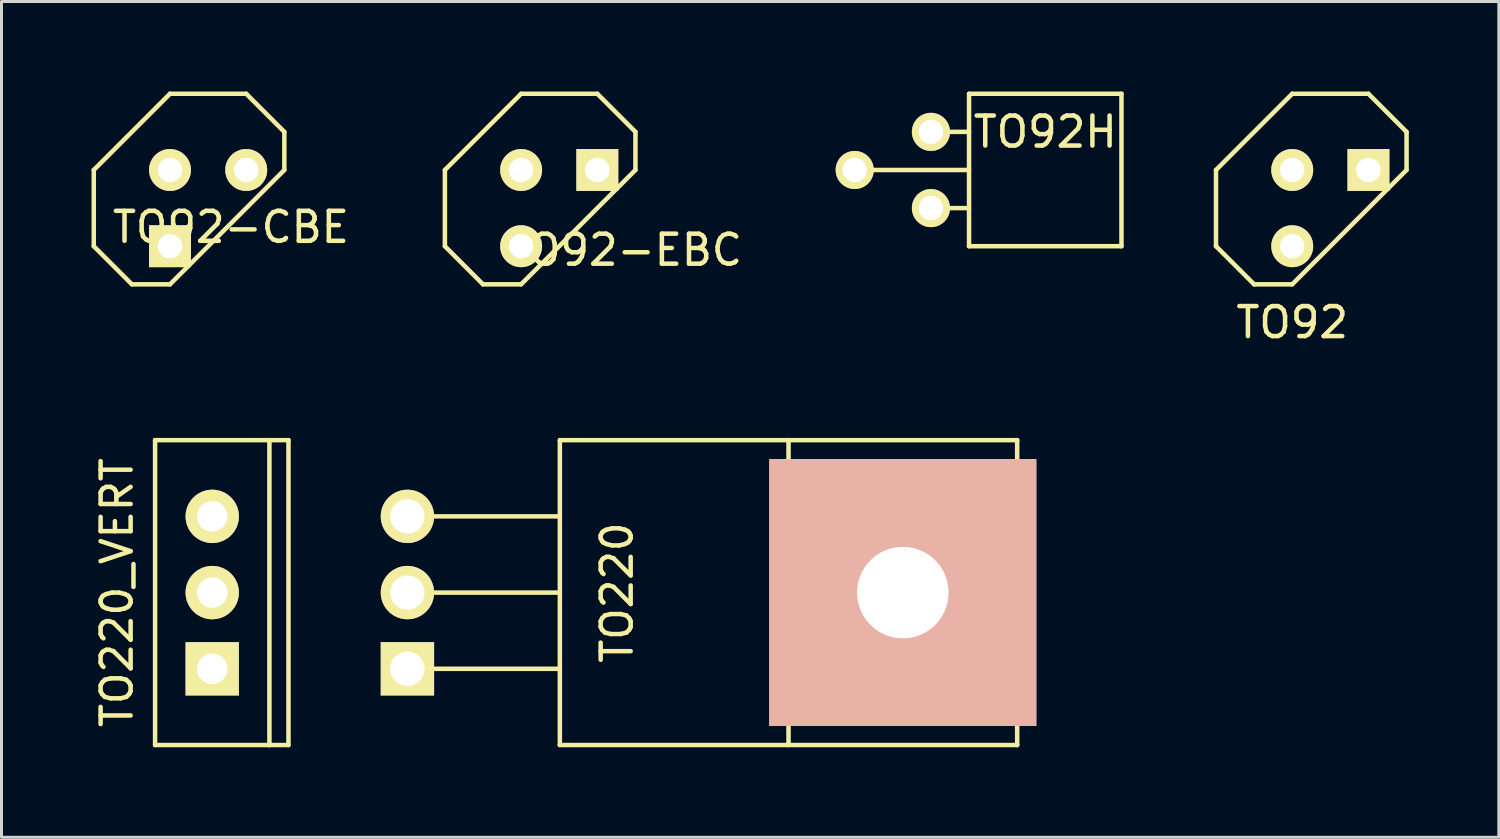
<source format=kicad_pcb>
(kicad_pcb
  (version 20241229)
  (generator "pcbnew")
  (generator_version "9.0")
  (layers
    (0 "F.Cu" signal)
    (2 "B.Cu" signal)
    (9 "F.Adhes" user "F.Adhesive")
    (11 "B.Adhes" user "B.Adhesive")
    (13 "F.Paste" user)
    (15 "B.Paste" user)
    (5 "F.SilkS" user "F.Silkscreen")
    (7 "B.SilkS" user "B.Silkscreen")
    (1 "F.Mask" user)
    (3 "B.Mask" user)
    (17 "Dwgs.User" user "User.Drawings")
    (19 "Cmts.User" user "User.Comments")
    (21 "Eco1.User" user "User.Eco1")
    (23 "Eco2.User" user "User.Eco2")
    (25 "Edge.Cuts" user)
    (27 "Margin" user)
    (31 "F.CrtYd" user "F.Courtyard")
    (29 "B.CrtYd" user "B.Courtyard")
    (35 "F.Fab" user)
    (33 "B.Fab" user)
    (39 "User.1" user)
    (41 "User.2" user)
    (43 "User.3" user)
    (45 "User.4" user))
  (footprint "TO220_VERT"
    (layer "F.Cu")
    (at 4.023 16.698)
    (property "Reference" "TO220_VERT" (at -3.175 0 90) (layer "F.SilkS") (effects (font (size 1 1) (thickness 0.15))))
    (attr through_hole)
    (fp_line (start -1.905 -5.08) (end 1.905 -5.08) (stroke (width 0.15) (type solid)) (layer "F.SilkS"))
    (fp_line (start -1.905 5.08) (end -1.905 -5.08) (stroke (width 0.15) (type solid)) (layer "F.SilkS"))
    (fp_line (start 1.905 -5.08) (end 1.905 5.08) (stroke (width 0.15) (type solid)) (layer "F.SilkS"))
    (fp_line (start 1.905 -5.08) (end 2.54 -5.08) (stroke (width 0.15) (type solid)) (layer "F.SilkS"))
    (fp_line (start 1.905 5.08) (end -1.905 5.08) (stroke (width 0.15) (type solid)) (layer "F.SilkS"))
    (fp_line (start 2.54 -5.08) (end 2.54 5.08) (stroke (width 0.15) (type solid)) (layer "F.SilkS"))
    (fp_line (start 2.54 5.08) (end 1.905 5.08) (stroke (width 0.15) (type solid)) (layer "F.SilkS"))
    (pad "1" thru_hole rect (at 0 2.54) (size 1.778 1.778) (drill 1.016) (layers "*.Cu" "*.Mask" "F.SilkS"))
    (pad "2" thru_hole circle (at 0 -2.54) (size 1.778 1.778) (drill 1.016) (layers "*.Cu" "*.Mask" "F.SilkS"))
    (pad "3" thru_hole circle (at 0 0) (size 1.778 1.778) (drill 1.016) (layers "*.Cu" "*.Mask" "F.SilkS")))
  (footprint "TO92-CBE"
    (layer "F.Cu")
    (at 3.885 3.885)
    (property "Reference" "TO92-CBE" (at 0.762 0.635 0) (layer "F.SilkS") (effects (font (size 1 1) (thickness 0.15))))
    (attr through_hole)
    (fp_line (start -3.81 -1.27) (end -3.81 1.27) (stroke (width 0.15) (type solid)) (layer "F.SilkS"))
    (fp_line (start -3.81 1.27) (end -2.54 2.54) (stroke (width 0.15) (type solid)) (layer "F.SilkS"))
    (fp_line (start -2.54 2.54) (end -1.27 2.54) (stroke (width 0.15) (type solid)) (layer "F.SilkS"))
    (fp_line (start -1.27 -3.81) (end -3.81 -1.27) (stroke (width 0.15) (type solid)) (layer "F.SilkS"))
    (fp_line (start -1.27 2.54) (end 2.54 -1.27) (stroke (width 0.15) (type solid)) (layer "F.SilkS"))
    (fp_line (start 1.27 -3.81) (end -1.27 -3.81) (stroke (width 0.15) (type solid)) (layer "F.SilkS"))
    (fp_line (start 2.54 -2.54) (end 1.27 -3.81) (stroke (width 0.15) (type solid)) (layer "F.SilkS"))
    (fp_line (start 2.54 -1.27) (end 2.54 -2.54) (stroke (width 0.15) (type solid)) (layer "F.SilkS"))
    (pad "B" thru_hole circle (at -1.27 -1.27) (size 1.397 1.397) (drill 0.813) (layers "*.Cu" "*.Mask" "F.SilkS"))
    (pad "C" thru_hole circle (at 1.27 -1.27) (size 1.397 1.397) (drill 0.813) (layers "*.Cu" "*.Mask" "F.SilkS"))
    (pad "E" thru_hole rect (at -1.27 1.27) (size 1.397 1.397) (drill 0.813) (layers "*.Cu" "*.Mask" "F.SilkS")))
  (footprint "TO92"
    (layer "F.Cu")
    (at 41.283 3.885)
    (property "Reference" "TO92" (at -1.27 3.81 0) (layer "F.SilkS") (effects (font (size 1 1) (thickness 0.15))))
    (attr through_hole)
    (fp_line (start -3.81 -1.27) (end -3.81 1.27) (stroke (width 0.15) (type solid)) (layer "F.SilkS"))
    (fp_line (start -3.81 1.27) (end -2.54 2.54) (stroke (width 0.15) (type solid)) (layer "F.SilkS"))
    (fp_line (start -2.54 2.54) (end -1.27 2.54) (stroke (width 0.15) (type solid)) (layer "F.SilkS"))
    (fp_line (start -1.27 -3.81) (end -3.81 -1.27) (stroke (width 0.15) (type solid)) (layer "F.SilkS"))
    (fp_line (start -1.27 2.54) (end 2.54 -1.27) (stroke (width 0.15) (type solid)) (layer "F.SilkS"))
    (fp_line (start 1.27 -3.81) (end -1.27 -3.81) (stroke (width 0.15) (type solid)) (layer "F.SilkS"))
    (fp_line (start 2.54 -2.54) (end 1.27 -3.81) (stroke (width 0.15) (type solid)) (layer "F.SilkS"))
    (fp_line (start 2.54 -1.27) (end 2.54 -2.54) (stroke (width 0.15) (type solid)) (layer "F.SilkS"))
    (pad "1" thru_hole rect (at 1.27 -1.27) (size 1.397 1.397) (drill 0.813) (layers "*.Cu" "*.Mask" "F.SilkS"))
    (pad "2" thru_hole circle (at -1.27 -1.27) (size 1.397 1.397) (drill 0.813) (layers "*.Cu" "*.Mask" "F.SilkS"))
    (pad "3" thru_hole circle (at -1.27 1.27) (size 1.397 1.397) (drill 0.813) (layers "*.Cu" "*.Mask" "F.SilkS")))
  (footprint "TO92H"
    (layer "F.Cu")
    (at 26.703 2.615)
    (property "Reference" "TO92H" (at 5.08 -1.27 0) (layer "F.SilkS") (effects (font (size 1 1) (thickness 0.15))))
    (attr through_hole)
    (fp_line (start -1.27 0) (end 2.54 0) (stroke (width 0.15) (type solid)) (layer "F.SilkS"))
    (fp_line (start 1.27 -1.27) (end 2.54 -1.27) (stroke (width 0.15) (type solid)) (layer "F.SilkS"))
    (fp_line (start 1.27 1.27) (end 2.54 1.27) (stroke (width 0.15) (type solid)) (layer "F.SilkS"))
    (fp_line (start 2.54 -2.54) (end 7.62 -2.54) (stroke (width 0.15) (type solid)) (layer "F.SilkS"))
    (fp_line (start 2.54 2.54) (end 2.54 -2.54) (stroke (width 0.15) (type solid)) (layer "F.SilkS"))
    (fp_line (start 7.62 -2.54) (end 7.62 2.54) (stroke (width 0.15) (type solid)) (layer "F.SilkS"))
    (fp_line (start 7.62 2.54) (end 2.54 2.54) (stroke (width 0.15) (type solid)) (layer "F.SilkS"))
    (pad "1" thru_hole circle (at 1.27 1.27) (size 1.27 1.27) (drill 0.813) (layers "*.Cu" "*.Mask" "F.SilkS"))
    (pad "2" thru_hole circle (at -1.27 0) (size 1.27 1.27) (drill 0.813) (layers "*.Cu" "*.Mask" "F.SilkS"))
    (pad "3" thru_hole circle (at 1.27 -1.27) (size 1.27 1.27) (drill 0.813) (layers "*.Cu" "*.Mask" "F.SilkS")))
  (footprint "TO220"
    (layer "F.Cu")
    (at 10.527 16.698)
    (property "Reference" "TO220" (at 6.985 0 90) (layer "F.SilkS") (effects (font (size 1 1) (thickness 0.15))))
    (attr through_hole)
    (fp_line (start 0 -2.54) (end 5.08 -2.54) (stroke (width 0.15) (type solid)) (layer "F.SilkS"))
    (fp_line (start 0 0) (end 5.08 0) (stroke (width 0.15) (type solid)) (layer "F.SilkS"))
    (fp_line (start 0 2.54) (end 5.08 2.54) (stroke (width 0.15) (type solid)) (layer "F.SilkS"))
    (fp_line (start 5.08 -5.08) (end 5.08 5.08) (stroke (width 0.15) (type solid)) (layer "F.SilkS"))
    (fp_line (start 5.08 5.08) (end 20.32 5.08) (stroke (width 0.15) (type solid)) (layer "F.SilkS"))
    (fp_line (start 12.7 3.81) (end 12.7 -5.08) (stroke (width 0.15) (type solid)) (layer "F.SilkS"))
    (fp_line (start 12.7 3.81) (end 12.7 5.08) (stroke (width 0.15) (type solid)) (layer "F.SilkS"))
    (fp_line (start 20.32 -5.08) (end 5.08 -5.08) (stroke (width 0.15) (type solid)) (layer "F.SilkS"))
    (fp_line (start 20.32 5.08) (end 20.32 -5.08) (stroke (width 0.15) (type solid)) (layer "F.SilkS"))
    (pad "1" thru_hole rect (at 0 2.54) (size 1.778 1.778) (drill 1.143) (layers "*.Cu" "*.Mask" "F.SilkS"))
    (pad "2" thru_hole circle (at 0 -2.54) (size 1.778 1.778) (drill 1.143) (layers "*.Cu" "*.Mask" "F.SilkS"))
    (pad "3" thru_hole circle (at 0 0) (size 1.778 1.778) (drill 1.143) (layers "*.Cu" "*.Mask" "F.SilkS"))
    (pad "4" thru_hole rect (at 16.51 0) (size 8.89 8.89) (drill 3.048) (layers "*.Cu" "*.SilkS" "*.Mask")))
  (footprint "TO92-EBC"
    (layer "F.Cu")
    (at 15.586 3.885)
    (property "Reference" "TO92-EBC" (at 2.159 1.397 0) (layer "F.SilkS") (effects (font (size 1 1) (thickness 0.15))))
    (attr through_hole)
    (fp_line (start -3.81 -1.27) (end -3.81 1.27) (stroke (width 0.15) (type solid)) (layer "F.SilkS"))
    (fp_line (start -3.81 1.27) (end -2.54 2.54) (stroke (width 0.15) (type solid)) (layer "F.SilkS"))
    (fp_line (start -2.54 2.54) (end -1.27 2.54) (stroke (width 0.15) (type solid)) (layer "F.SilkS"))
    (fp_line (start -1.27 -3.81) (end -3.81 -1.27) (stroke (width 0.15) (type solid)) (layer "F.SilkS"))
    (fp_line (start -1.27 2.54) (end 2.54 -1.27) (stroke (width 0.15) (type solid)) (layer "F.SilkS"))
    (fp_line (start 1.27 -3.81) (end -1.27 -3.81) (stroke (width 0.15) (type solid)) (layer "F.SilkS"))
    (fp_line (start 2.54 -2.54) (end 1.27 -3.81) (stroke (width 0.15) (type solid)) (layer "F.SilkS"))
    (fp_line (start 2.54 -1.27) (end 2.54 -2.54) (stroke (width 0.15) (type solid)) (layer "F.SilkS"))
    (pad "B" thru_hole circle (at -1.27 -1.27) (size 1.397 1.397) (drill 0.813) (layers "*.Cu" "*.Mask" "F.SilkS"))
    (pad "C" thru_hole circle (at -1.27 1.27) (size 1.397 1.397) (drill 0.813) (layers "*.Cu" "*.Mask" "F.SilkS"))
    (pad "E" thru_hole rect (at 1.27 -1.27) (size 1.397 1.397) (drill 0.813) (layers "*.Cu" "*.Mask" "F.SilkS")))
  (gr_rect
    (start -3 -3)
    (end 46.898 24.853)
    (stroke (width 0.1) (type default))
    (fill no)
    (layer "Edge.Cuts")))
</source>
